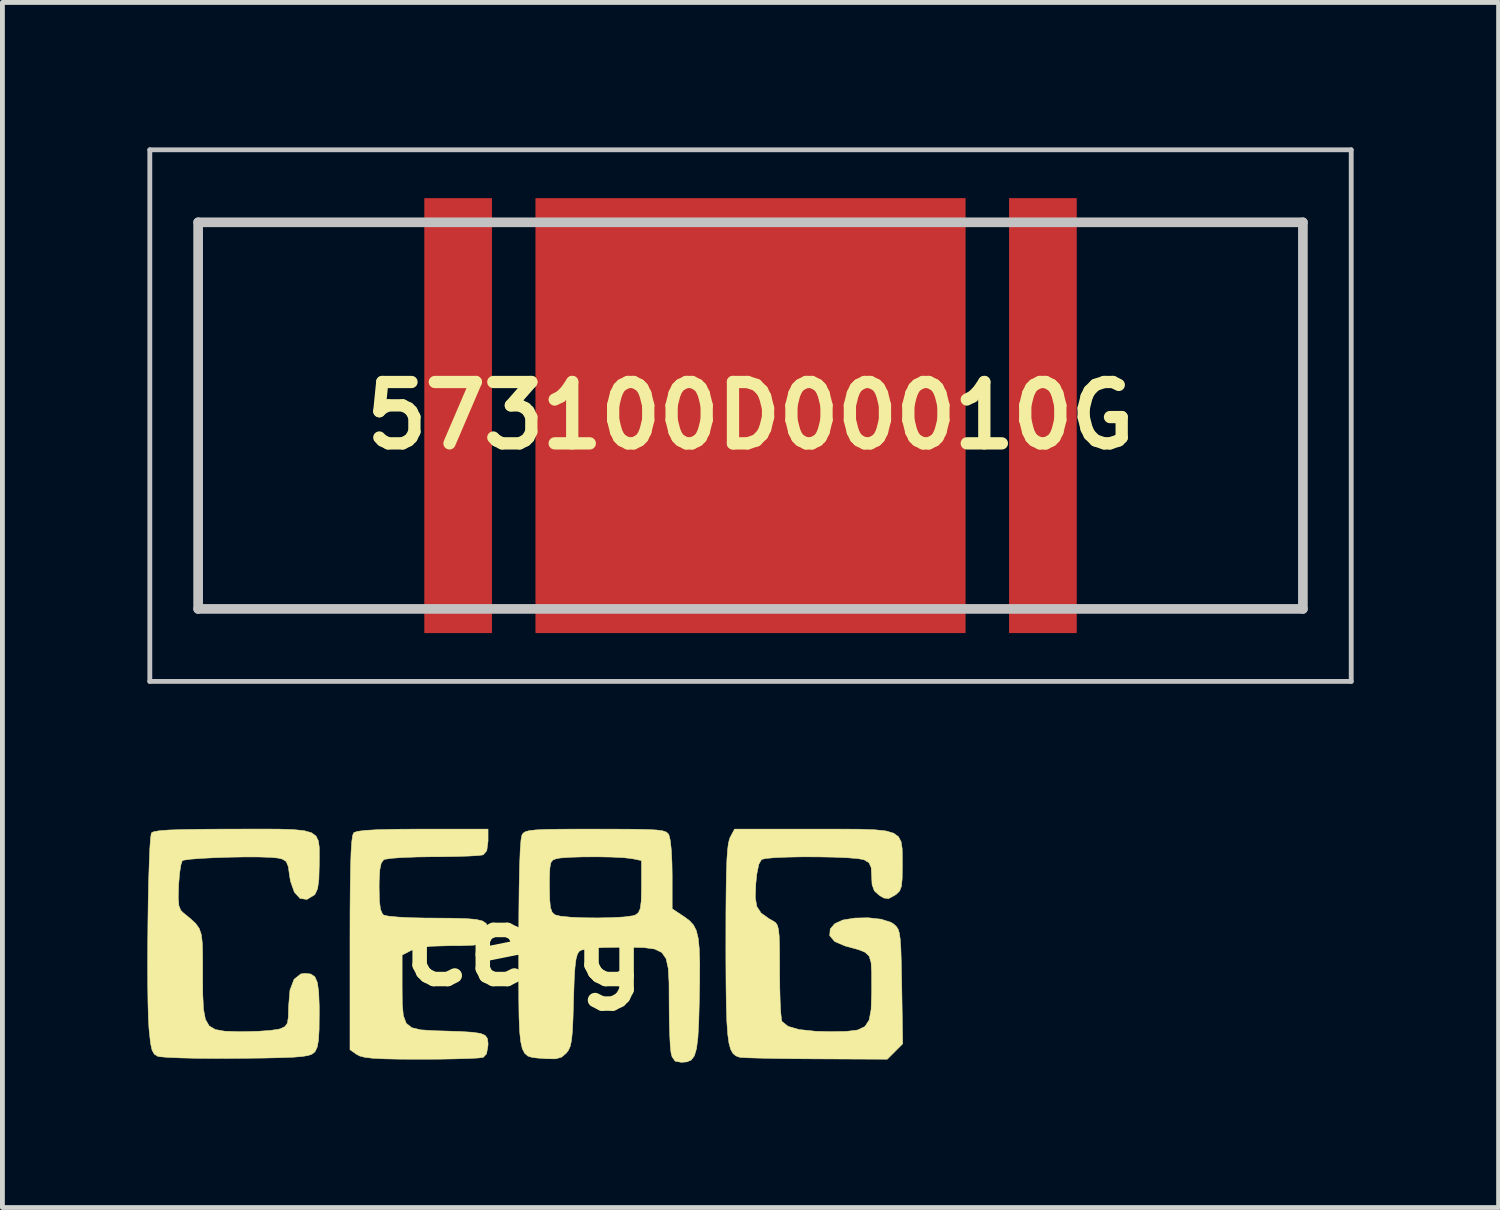
<source format=kicad_pcb>
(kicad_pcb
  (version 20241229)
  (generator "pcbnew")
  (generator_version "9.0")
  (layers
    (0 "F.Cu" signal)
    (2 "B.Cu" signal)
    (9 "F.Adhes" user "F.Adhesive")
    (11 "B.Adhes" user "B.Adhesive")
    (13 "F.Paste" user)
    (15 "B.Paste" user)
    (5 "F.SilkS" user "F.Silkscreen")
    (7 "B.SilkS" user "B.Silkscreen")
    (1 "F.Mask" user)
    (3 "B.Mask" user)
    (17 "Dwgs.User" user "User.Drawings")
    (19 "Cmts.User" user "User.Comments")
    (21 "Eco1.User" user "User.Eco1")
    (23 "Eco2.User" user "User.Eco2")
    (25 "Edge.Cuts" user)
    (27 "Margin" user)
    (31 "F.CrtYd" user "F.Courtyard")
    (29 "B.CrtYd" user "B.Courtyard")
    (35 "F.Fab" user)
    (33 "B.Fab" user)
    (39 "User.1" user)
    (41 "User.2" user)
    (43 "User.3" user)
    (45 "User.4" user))
  (footprint "573100D00010G"
    (layer "F.Cu")
    (at 12.48 5.55)
    (property "Reference" "573100D00010G" (at 0 0 0) (layer "F.SilkS") (effects (font (size 1.27 1.27) (thickness 0.254))))
    (attr smd)
    (fp_line (start -11.43 -4) (end -11.43 4) (stroke (width 0.1) (type solid)) (layer "F.SilkS"))
    (fp_line (start -11.43 4) (end -7.5 4) (stroke (width 0.1) (type solid)) (layer "F.SilkS"))
    (fp_line (start -7.5 -4) (end -11.43 -4) (stroke (width 0.1) (type solid)) (layer "F.SilkS"))
    (fp_line (start 7.5 -4) (end 11.43 -4) (stroke (width 0.1) (type solid)) (layer "F.SilkS"))
    (fp_line (start 11.43 -4) (end 11.43 4) (stroke (width 0.1) (type solid)) (layer "F.SilkS"))
    (fp_line (start 11.43 4) (end 7.5 4) (stroke (width 0.1) (type solid)) (layer "F.SilkS"))
    (fp_line (start -12.43 -5.5) (end 12.43 -5.5) (stroke (width 0.1) (type solid)) (layer "Dwgs.User"))
    (fp_line (start -12.43 5.5) (end -12.43 -5.5) (stroke (width 0.1) (type solid)) (layer "Dwgs.User"))
    (fp_line (start -11.43 -4) (end 11.43 -4) (stroke (width 0.2) (type solid)) (layer "Dwgs.User"))
    (fp_line (start -11.43 4) (end -11.43 -4) (stroke (width 0.2) (type solid)) (layer "Dwgs.User"))
    (fp_line (start 11.43 -4) (end 11.43 4) (stroke (width 0.2) (type solid)) (layer "Dwgs.User"))
    (fp_line (start 11.43 4) (end -11.43 4) (stroke (width 0.2) (type solid)) (layer "Dwgs.User"))
    (fp_line (start 12.43 -5.5) (end 12.43 5.5) (stroke (width 0.1) (type solid)) (layer "Dwgs.User"))
    (fp_line (start 12.43 5.5) (end -12.43 5.5) (stroke (width 0.1) (type solid)) (layer "Dwgs.User"))
    (pad "1" smd rect (at -6.05 0) (size 1.4 9) (layers "F.Cu" "F.Mask" "F.Paste"))
    (pad "2" smd rect (at 0 0) (size 8.9 9) (layers "F.Cu" "F.Mask" "F.Paste"))
    (pad "3" smd rect (at 6.05 0) (size 1.4 9) (layers "F.Cu" "F.Mask" "F.Paste")))
  (footprint "cerg"
    (layer "F.Cu")
    (at 7.811 16.519)
    (property "Reference" "cerg" (at 0 0 0) (layer "F.SilkS") (effects (font (size 1.524 1.524) (thickness 0.3))))
    (attr through_hole)
    (fp_poly (pts (xy -0.762 -2.166) (xy -0.788 -1.967) (xy -0.862 -1.88) (xy -0.959 -1.866) (xy -1.158 -1.855) (xy -1.432 -1.846) (xy -1.757 -1.841) (xy -1.894 -1.841) (xy -2.232 -1.836) (xy -2.528 -1.825) (xy -2.758 -1.809) (xy -2.897 -1.788) (xy -2.921 -1.779) (xy -2.972 -1.711) (xy -3.002 -1.571) (xy -3.015 -1.337) (xy -3.016 -1.207) (xy -3.01 -0.926) (xy -2.987 -0.75) (xy -2.945 -0.655) (xy -2.921 -0.634) (xy -2.825 -0.612) (xy -2.629 -0.593) (xy -2.357 -0.579) (xy -2.037 -0.572) (xy -1.937 -0.572) (xy -1.524 -0.569) (xy -1.221 -0.561) (xy -1.011 -0.544) (xy -0.877 -0.512) (xy -0.802 -0.462) (xy -0.769 -0.391) (xy -0.762 -0.293) (xy -0.762 -0.285) (xy -0.771 -0.167) (xy -0.81 -0.087) (xy -0.902 -0.038) (xy -1.065 -0.011) (xy -1.32 -0.001) (xy -1.564 0) (xy -1.939 0.011) (xy -2.204 0.046) (xy -2.353 0.097) (xy -2.54 0.194) (xy -2.54 0.847) (xy -2.537 1.199) (xy -2.515 1.445) (xy -2.456 1.604) (xy -2.342 1.696) (xy -2.155 1.741) (xy -1.876 1.759) (xy -1.704 1.764) (xy -1.34 1.775) (xy -1.085 1.791) (xy -0.918 1.815) (xy -0.822 1.856) (xy -0.776 1.918) (xy -0.763 2.008) (xy -0.762 2.058) (xy -0.793 2.237) (xy -0.862 2.311) (xy -0.956 2.323) (xy -1.154 2.334) (xy -1.435 2.342) (xy -1.778 2.348) (xy -2.15 2.349) (xy -2.586 2.348) (xy -2.912 2.341) (xy -3.148 2.329) (xy -3.31 2.31) (xy -3.416 2.283) (xy -3.478 2.251) (xy -3.619 2.152) (xy -3.619 -0.054) (xy -3.618 -0.692) (xy -3.614 -1.211) (xy -3.607 -1.62) (xy -3.597 -1.929) (xy -3.583 -2.145) (xy -3.565 -2.278) (xy -3.543 -2.337) (xy -3.47 -2.365) (xy -3.308 -2.386) (xy -3.048 -2.401) (xy -2.68 -2.41) (xy -2.196 -2.413) (xy -2.115 -2.413) (xy -0.762 -2.413) (xy -0.762 -2.166)) (stroke (width 0.01) (type solid)) (fill yes) (layer "F.SilkS"))
    (fp_poly (pts (xy -5.1 -2.413) (xy -4.791 -2.403) (xy -4.567 -2.38) (xy -4.415 -2.337) (xy -4.322 -2.269) (xy -4.273 -2.169) (xy -4.254 -2.032) (xy -4.253 -1.852) (xy -4.255 -1.66) (xy -4.263 -1.369) (xy -4.289 -1.181) (xy -4.339 -1.07) (xy -4.354 -1.052) (xy -4.51 -0.957) (xy -4.653 -0.979) (xy -4.77 -1.108) (xy -4.85 -1.334) (xy -4.868 -1.443) (xy -4.896 -1.639) (xy -4.939 -1.743) (xy -5.019 -1.792) (xy -5.11 -1.814) (xy -5.259 -1.828) (xy -5.49 -1.836) (xy -5.775 -1.837) (xy -6.086 -1.832) (xy -6.398 -1.822) (xy -6.681 -1.808) (xy -6.909 -1.791) (xy -7.054 -1.771) (xy -7.09 -1.758) (xy -7.118 -1.673) (xy -7.145 -1.497) (xy -7.164 -1.267) (xy -7.165 -1.243) (xy -7.172 -0.988) (xy -7.159 -0.828) (xy -7.12 -0.732) (xy -7.081 -0.691) (xy -6.923 -0.562) (xy -6.811 -0.459) (xy -6.738 -0.356) (xy -6.695 -0.229) (xy -6.674 -0.053) (xy -6.668 0.198) (xy -6.667 0.548) (xy -6.668 0.598) (xy -6.665 1.011) (xy -6.65 1.315) (xy -6.61 1.525) (xy -6.532 1.66) (xy -6.404 1.735) (xy -6.213 1.769) (xy -5.947 1.778) (xy -5.802 1.778) (xy -5.522 1.771) (xy -5.274 1.754) (xy -5.096 1.728) (xy -5.052 1.716) (xy -4.963 1.672) (xy -4.914 1.602) (xy -4.894 1.474) (xy -4.889 1.254) (xy -4.861 0.919) (xy -4.776 0.695) (xy -4.636 0.584) (xy -4.549 0.572) (xy -4.429 0.586) (xy -4.346 0.643) (xy -4.294 0.761) (xy -4.266 0.959) (xy -4.255 1.257) (xy -4.255 1.414) (xy -4.258 1.736) (xy -4.271 1.956) (xy -4.297 2.097) (xy -4.338 2.185) (xy -4.361 2.211) (xy -4.409 2.246) (xy -4.485 2.272) (xy -4.607 2.292) (xy -4.788 2.307) (xy -5.046 2.317) (xy -5.396 2.325) (xy -5.854 2.33) (xy -5.964 2.331) (xy -6.395 2.333) (xy -6.789 2.33) (xy -7.126 2.322) (xy -7.388 2.311) (xy -7.553 2.297) (xy -7.598 2.288) (xy -7.668 2.244) (xy -7.714 2.163) (xy -7.746 2.018) (xy -7.772 1.78) (xy -7.779 1.702) (xy -7.791 1.485) (xy -7.799 1.183) (xy -7.804 0.816) (xy -7.806 0.402) (xy -7.804 -0.041) (xy -7.8 -0.492) (xy -7.794 -0.933) (xy -7.785 -1.345) (xy -7.773 -1.709) (xy -7.761 -2.007) (xy -7.746 -2.219) (xy -7.73 -2.327) (xy -7.727 -2.334) (xy -7.679 -2.359) (xy -7.562 -2.379) (xy -7.367 -2.394) (xy -7.081 -2.404) (xy -6.694 -2.41) (xy -6.194 -2.413) (xy -6.031 -2.413) (xy -5.509 -2.414) (xy -5.1 -2.413)) (stroke (width 0.01) (type solid)) (fill yes) (layer "F.SilkS"))
    (fp_poly (pts (xy 6.924 -2.411) (xy 7.242 -2.399) (xy 7.473 -2.374) (xy 7.632 -2.327) (xy 7.731 -2.255) (xy 7.785 -2.152) (xy 7.807 -2.01) (xy 7.811 -1.826) (xy 7.811 -1.638) (xy 7.807 -1.386) (xy 7.792 -1.229) (xy 7.755 -1.133) (xy 7.689 -1.067) (xy 7.652 -1.042) (xy 7.527 -0.975) (xy 7.43 -0.986) (xy 7.334 -1.042) (xy 7.231 -1.135) (xy 7.184 -1.265) (xy 7.176 -1.432) (xy 7.166 -1.616) (xy 7.122 -1.716) (xy 7.026 -1.774) (xy 7.013 -1.78) (xy 6.889 -1.803) (xy 6.672 -1.82) (xy 6.391 -1.832) (xy 6.072 -1.838) (xy 5.744 -1.839) (xy 5.434 -1.833) (xy 5.171 -1.822) (xy 4.981 -1.805) (xy 4.897 -1.784) (xy 4.841 -1.685) (xy 4.798 -1.476) (xy 4.778 -1.274) (xy 4.768 -0.997) (xy 4.8 -0.81) (xy 4.888 -0.676) (xy 5.05 -0.56) (xy 5.132 -0.514) (xy 5.185 -0.48) (xy 5.222 -0.43) (xy 5.247 -0.343) (xy 5.262 -0.201) (xy 5.269 0.019) (xy 5.271 0.336) (xy 5.271 0.526) (xy 5.275 0.868) (xy 5.283 1.166) (xy 5.296 1.398) (xy 5.312 1.539) (xy 5.32 1.568) (xy 5.445 1.668) (xy 5.675 1.735) (xy 6.017 1.771) (xy 6.322 1.778) (xy 6.655 1.773) (xy 6.887 1.744) (xy 7.037 1.672) (xy 7.124 1.538) (xy 7.164 1.323) (xy 7.175 1.007) (xy 7.176 0.856) (xy 7.175 0.551) (xy 7.164 0.346) (xy 7.124 0.217) (xy 7.04 0.136) (xy 6.893 0.078) (xy 6.667 0.017) (xy 6.624 0.005) (xy 6.412 -0.086) (xy 6.308 -0.207) (xy 6.318 -0.345) (xy 6.412 -0.456) (xy 6.581 -0.532) (xy 6.827 -0.572) (xy 7.104 -0.578) (xy 7.368 -0.549) (xy 7.573 -0.485) (xy 7.629 -0.45) (xy 7.682 -0.403) (xy 7.721 -0.347) (xy 7.748 -0.264) (xy 7.767 -0.134) (xy 7.78 0.062) (xy 7.789 0.341) (xy 7.796 0.723) (xy 7.799 0.85) (xy 7.818 2.03) (xy 7.499 2.349) (xy 6.02 2.342) (xy 5.594 2.339) (xy 5.208 2.334) (xy 4.879 2.327) (xy 4.629 2.32) (xy 4.475 2.312) (xy 4.438 2.307) (xy 4.365 2.279) (xy 4.306 2.23) (xy 4.259 2.146) (xy 4.223 2.016) (xy 4.197 1.827) (xy 4.179 1.566) (xy 4.168 1.222) (xy 4.162 0.782) (xy 4.159 0.232) (xy 4.159 -0.064) (xy 4.16 -0.65) (xy 4.164 -1.122) (xy 4.17 -1.492) (xy 4.18 -1.774) (xy 4.194 -1.98) (xy 4.212 -2.122) (xy 4.236 -2.214) (xy 4.249 -2.245) (xy 4.339 -2.413) (xy 5.976 -2.413) (xy 6.507 -2.413) (xy 6.924 -2.411)) (stroke (width 0.01) (type solid)) (fill yes) (layer "F.SilkS"))
    (fp_poly (pts (xy 1.928 -2.412) (xy 2.284 -2.41) (xy 2.546 -2.404) (xy 2.728 -2.394) (xy 2.848 -2.378) (xy 2.92 -2.354) (xy 2.961 -2.323) (xy 2.982 -2.29) (xy 3.009 -2.178) (xy 3.031 -1.972) (xy 3.044 -1.702) (xy 3.048 -1.466) (xy 3.048 -0.764) (xy 3.299 -0.598) (xy 3.407 -0.518) (xy 3.489 -0.429) (xy 3.548 -0.313) (xy 3.587 -0.153) (xy 3.609 0.069) (xy 3.618 0.369) (xy 3.616 0.765) (xy 3.609 1.155) (xy 3.598 1.586) (xy 3.58 1.907) (xy 3.551 2.132) (xy 3.507 2.28) (xy 3.443 2.365) (xy 3.353 2.404) (xy 3.239 2.413) (xy 3.11 2.39) (xy 3.045 2.297) (xy 3.024 2.215) (xy 3.009 2.077) (xy 2.997 1.843) (xy 2.988 1.545) (xy 2.985 1.214) (xy 2.985 1.174) (xy 2.983 0.768) (xy 2.967 0.472) (xy 2.922 0.268) (xy 2.833 0.14) (xy 2.685 0.069) (xy 2.463 0.039) (xy 2.15 0.032) (xy 1.984 0.032) (xy 1.597 0.038) (xy 1.329 0.058) (xy 1.169 0.091) (xy 1.128 0.113) (xy 1.088 0.171) (xy 1.058 0.28) (xy 1.036 0.459) (xy 1.02 0.726) (xy 1.008 1.1) (xy 1.007 1.139) (xy 0.996 1.511) (xy 0.983 1.779) (xy 0.964 1.964) (xy 0.937 2.087) (xy 0.898 2.17) (xy 0.857 2.223) (xy 0.759 2.306) (xy 0.638 2.341) (xy 0.446 2.339) (xy 0.401 2.335) (xy 0.263 2.325) (xy 0.151 2.312) (xy 0.063 2.284) (xy -0.004 2.227) (xy -0.053 2.131) (xy -0.087 1.982) (xy -0.109 1.769) (xy -0.121 1.478) (xy -0.126 1.098) (xy -0.127 0.616) (xy -0.127 0.02) (xy -0.127 -0.012) (xy -0.125 -0.65) (xy -0.119 -1.194) (xy -0.118 -1.234) (xy 0.508 -1.234) (xy 0.513 -0.963) (xy 0.529 -0.791) (xy 0.564 -0.693) (xy 0.619 -0.64) (xy 0.735 -0.611) (xy 0.944 -0.59) (xy 1.213 -0.578) (xy 1.51 -0.575) (xy 1.8 -0.581) (xy 2.052 -0.595) (xy 2.231 -0.619) (xy 2.29 -0.637) (xy 2.351 -0.686) (xy 2.388 -0.771) (xy 2.407 -0.92) (xy 2.413 -1.16) (xy 2.413 -1.233) (xy 2.413 -1.762) (xy 2.215 -1.802) (xy 2.048 -1.821) (xy 1.8 -1.834) (xy 1.507 -1.839) (xy 1.207 -1.838) (xy 0.936 -1.83) (xy 0.731 -1.815) (xy 0.651 -1.801) (xy 0.581 -1.774) (xy 0.538 -1.719) (xy 0.517 -1.609) (xy 0.509 -1.417) (xy 0.508 -1.234) (xy -0.118 -1.234) (xy -0.11 -1.636) (xy -0.097 -1.971) (xy -0.08 -2.191) (xy -0.061 -2.29) (xy -0.034 -2.33) (xy 0.012 -2.36) (xy 0.092 -2.381) (xy 0.223 -2.396) (xy 0.419 -2.406) (xy 0.698 -2.411) (xy 1.075 -2.413) (xy 1.46 -2.413) (xy 1.928 -2.412)) (stroke (width 0.01) (type solid)) (fill yes) (layer "F.SilkS")))
  (gr_rect
    (start -3 -3)
    (end 27.96 21.937)
    (stroke (width 0.1) (type default))
    (fill no)
    (layer "Edge.Cuts")))
</source>
